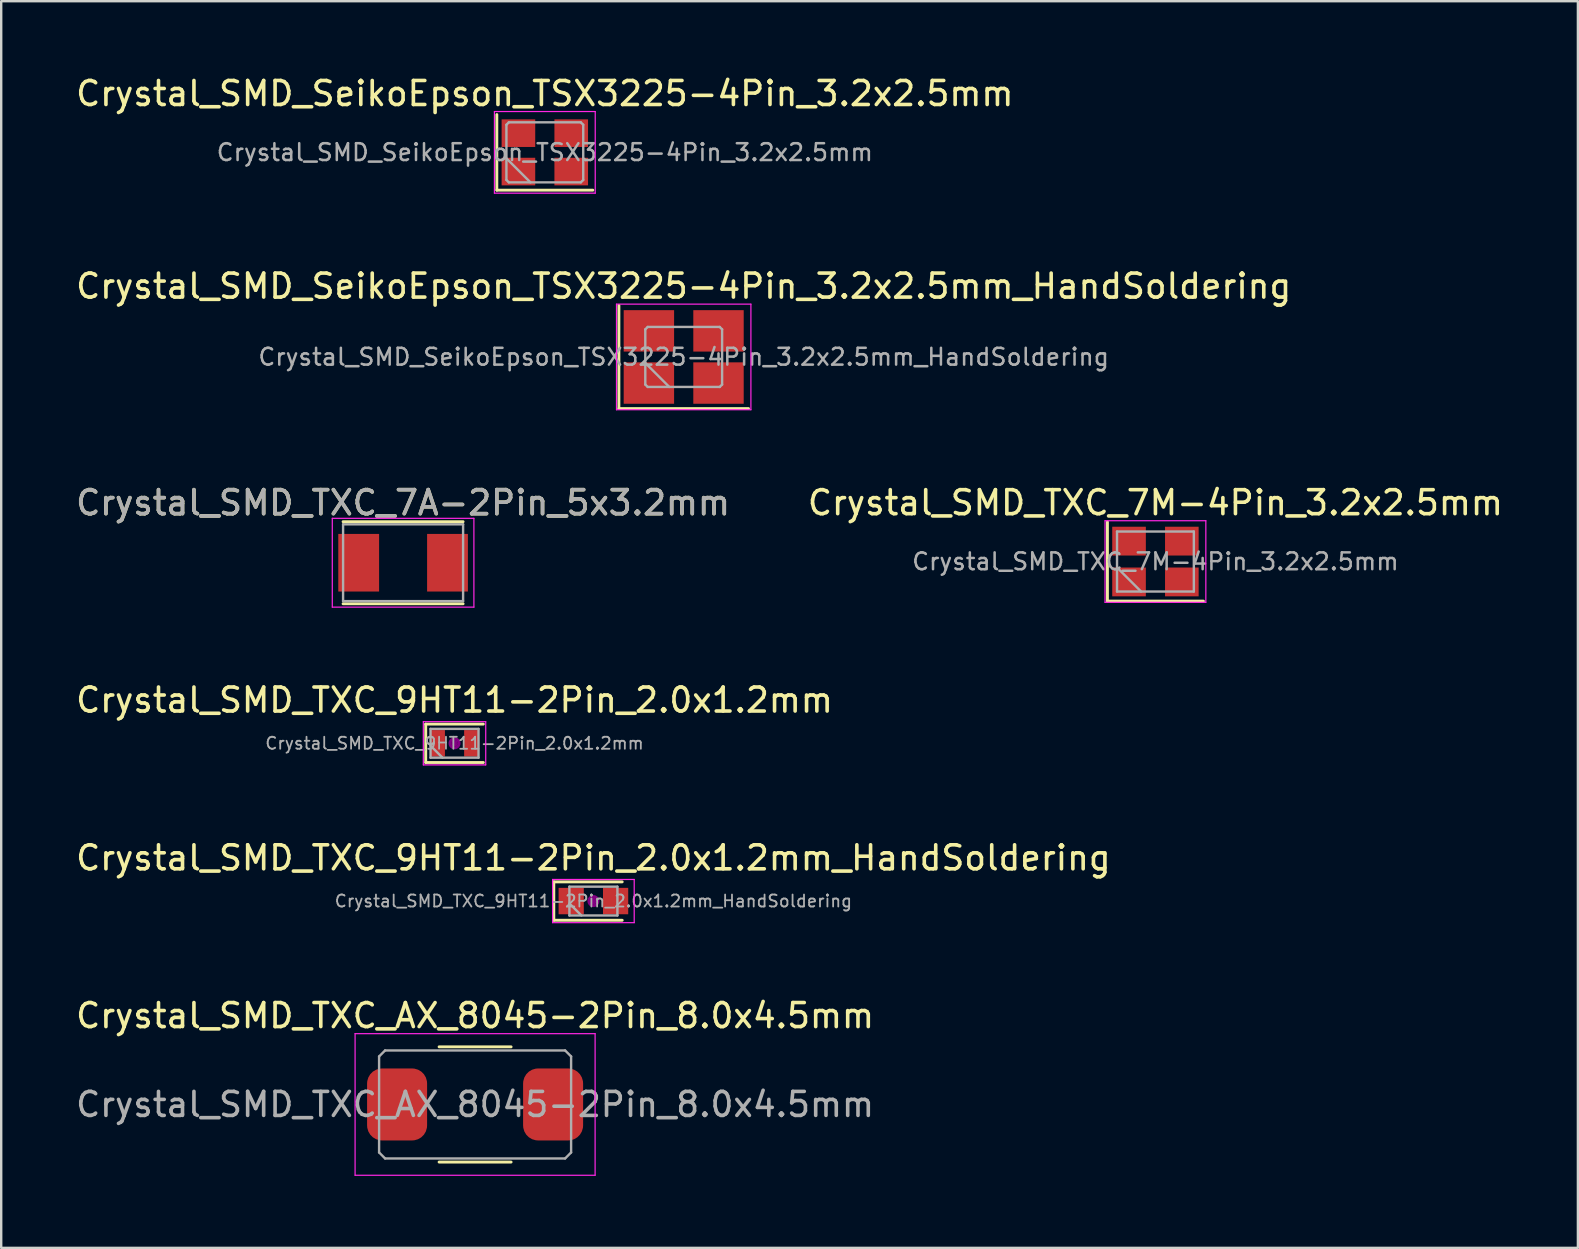
<source format=kicad_pcb>
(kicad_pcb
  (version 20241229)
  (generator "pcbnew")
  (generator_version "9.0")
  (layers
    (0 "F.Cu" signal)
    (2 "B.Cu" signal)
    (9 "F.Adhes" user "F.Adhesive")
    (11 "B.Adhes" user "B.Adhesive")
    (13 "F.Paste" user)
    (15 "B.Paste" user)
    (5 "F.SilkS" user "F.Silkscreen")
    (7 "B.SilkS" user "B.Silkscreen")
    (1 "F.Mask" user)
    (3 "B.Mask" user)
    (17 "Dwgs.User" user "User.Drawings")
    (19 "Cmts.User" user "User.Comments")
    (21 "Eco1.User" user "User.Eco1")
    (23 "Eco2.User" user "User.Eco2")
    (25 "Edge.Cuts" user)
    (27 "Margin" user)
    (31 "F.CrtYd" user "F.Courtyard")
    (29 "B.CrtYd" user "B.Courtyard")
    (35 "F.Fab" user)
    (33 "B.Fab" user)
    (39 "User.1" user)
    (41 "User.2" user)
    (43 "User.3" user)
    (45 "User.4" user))
  (footprint "Crystal_SMD_TXC_9HT11-2Pin_2.0x1.2mm"
    (layer "F.Cu")
    (at 15.887 27.918)
    (property "Reference" "Crystal_SMD_TXC_9HT11-2Pin_2.0x1.2mm" (at 0 -1.8 0) (layer "F.SilkS") (effects (font (size 1 1) (thickness 0.15))))
    (attr smd)
    (fp_line (start -1.2 -0.8) (end -1.2 0.8) (stroke (width 0.12) (type solid)) (layer "F.SilkS"))
    (fp_line (start -1.2 0.8) (end 1.2 0.8) (stroke (width 0.12) (type solid)) (layer "F.SilkS"))
    (fp_line (start 1.2 -0.8) (end -1.2 -0.8) (stroke (width 0.12) (type solid)) (layer "F.SilkS"))
    (fp_circle (center 0 0) (end 0.047 0) (stroke (width 0.093) (type solid)) (fill no) (layer "F.Adhes"))
    (fp_circle (center 0 0) (end 0.107 0) (stroke (width 0.067) (type solid)) (fill no) (layer "F.Adhes"))
    (fp_circle (center 0 0) (end 0.167 0) (stroke (width 0.067) (type solid)) (fill no) (layer "F.Adhes"))
    (fp_circle (center 0 0) (end 0.2 0) (stroke (width 0.1) (type solid)) (fill no) (layer "F.Adhes"))
    (fp_line (start -1.3 -0.9) (end -1.3 0.9) (stroke (width 0.05) (type solid)) (layer "F.CrtYd"))
    (fp_line (start -1.3 0.9) (end 1.3 0.9) (stroke (width 0.05) (type solid)) (layer "F.CrtYd"))
    (fp_line (start 1.3 -0.9) (end -1.3 -0.9) (stroke (width 0.05) (type solid)) (layer "F.CrtYd"))
    (fp_line (start 1.3 0.9) (end 1.3 -0.9) (stroke (width 0.05) (type solid)) (layer "F.CrtYd"))
    (fp_line (start -1 -0.6) (end -1 0.6) (stroke (width 0.1) (type solid)) (layer "F.Fab"))
    (fp_line (start -1 0.1) (end -0.5 0.6) (stroke (width 0.1) (type solid)) (layer "F.Fab"))
    (fp_line (start -1 0.6) (end 1 0.6) (stroke (width 0.1) (type solid)) (layer "F.Fab"))
    (fp_line (start 1 -0.6) (end -1 -0.6) (stroke (width 0.1) (type solid)) (layer "F.Fab"))
    (fp_line (start 1 0.6) (end 1 -0.6) (stroke (width 0.1) (type solid)) (layer "F.Fab"))
    (fp_text user "${REFERENCE}" (at 0 0 0) (layer "F.Fab") (effects (font (size 0.5 0.5) (thickness 0.075))))
    (pad "1" smd rect (at -0.7 0) (size 0.6 1.1) (layers "F.Cu" "F.Mask" "F.Paste"))
    (pad "2" smd rect (at 0.7 0) (size 0.6 1.1) (layers "F.Cu" "F.Mask" "F.Paste")))
  (footprint "Crystal_SMD_TXC_9HT11-2Pin_2.0x1.2mm_HandSoldering"
    (layer "F.Cu")
    (at 21.673 34.491)
    (property "Reference" "Crystal_SMD_TXC_9HT11-2Pin_2.0x1.2mm_HandSoldering" (at 0 -1.8 0) (layer "F.SilkS") (effects (font (size 1 1) (thickness 0.15))))
    (attr smd)
    (fp_line (start -1.65 -0.8) (end -1.65 0.8) (stroke (width 0.12) (type solid)) (layer "F.SilkS"))
    (fp_line (start -1.65 0.8) (end 1.2 0.8) (stroke (width 0.12) (type solid)) (layer "F.SilkS"))
    (fp_line (start 1.2 -0.8) (end -1.65 -0.8) (stroke (width 0.12) (type solid)) (layer "F.SilkS"))
    (fp_circle (center 0 0) (end 0.047 0) (stroke (width 0.093) (type solid)) (fill no) (layer "F.Adhes"))
    (fp_circle (center 0 0) (end 0.107 0) (stroke (width 0.067) (type solid)) (fill no) (layer "F.Adhes"))
    (fp_circle (center 0 0) (end 0.167 0) (stroke (width 0.067) (type solid)) (fill no) (layer "F.Adhes"))
    (fp_circle (center 0 0) (end 0.2 0) (stroke (width 0.1) (type solid)) (fill no) (layer "F.Adhes"))
    (fp_line (start -1.7 -0.9) (end -1.7 0.9) (stroke (width 0.05) (type solid)) (layer "F.CrtYd"))
    (fp_line (start -1.7 0.9) (end 1.7 0.9) (stroke (width 0.05) (type solid)) (layer "F.CrtYd"))
    (fp_line (start 1.7 -0.9) (end -1.7 -0.9) (stroke (width 0.05) (type solid)) (layer "F.CrtYd"))
    (fp_line (start 1.7 0.9) (end 1.7 -0.9) (stroke (width 0.05) (type solid)) (layer "F.CrtYd"))
    (fp_line (start -1 -0.6) (end -1 0.6) (stroke (width 0.1) (type solid)) (layer "F.Fab"))
    (fp_line (start -1 0.1) (end -0.5 0.6) (stroke (width 0.1) (type solid)) (layer "F.Fab"))
    (fp_line (start -1 0.6) (end 1 0.6) (stroke (width 0.1) (type solid)) (layer "F.Fab"))
    (fp_line (start 1 -0.6) (end -1 -0.6) (stroke (width 0.1) (type solid)) (layer "F.Fab"))
    (fp_line (start 1 0.6) (end 1 -0.6) (stroke (width 0.1) (type solid)) (layer "F.Fab"))
    (fp_text user "${REFERENCE}" (at 0 0 0) (layer "F.Fab") (effects (font (size 0.5 0.5) (thickness 0.075))))
    (pad "1" smd rect (at -0.925 0) (size 1.05 1.1) (layers "F.Cu" "F.Mask" "F.Paste"))
    (pad "2" smd rect (at 0.925 0) (size 1.05 1.1) (layers "F.Cu" "F.Mask" "F.Paste")))
  (footprint "Crystal_SMD_TXC_AX_8045-2Pin_8.0x4.5mm"
    (layer "F.Cu")
    (at 16.744 42.965)
    (property "Reference" "Crystal_SMD_TXC_AX_8045-2Pin_8.0x4.5mm" (at 0 -3.7 0) (layer "F.SilkS") (effects (font (size 1 1) (thickness 0.15))))
    (attr smd)
    (fp_line (start -1.5 2.4) (end 1.5 2.4) (stroke (width 0.12) (type solid)) (layer "F.SilkS"))
    (fp_line (start 1.5 -2.4) (end -1.5 -2.4) (stroke (width 0.12) (type solid)) (layer "F.SilkS"))
    (fp_line (start -5 -2.95) (end -5 2.95) (stroke (width 0.05) (type solid)) (layer "F.CrtYd"))
    (fp_line (start -5 2.95) (end 5 2.95) (stroke (width 0.05) (type solid)) (layer "F.CrtYd"))
    (fp_line (start 5 -2.95) (end -5 -2.95) (stroke (width 0.05) (type solid)) (layer "F.CrtYd"))
    (fp_line (start 5 2.95) (end 5 -2.95) (stroke (width 0.05) (type solid)) (layer "F.CrtYd"))
    (fp_line (start -4 -2) (end -3.75 -2.25) (stroke (width 0.1) (type solid)) (layer "F.Fab"))
    (fp_line (start -4 2) (end -4 -2) (stroke (width 0.1) (type solid)) (layer "F.Fab"))
    (fp_line (start -3.75 -2.25) (end 3.75 -2.25) (stroke (width 0.1) (type solid)) (layer "F.Fab"))
    (fp_line (start -3.75 2.25) (end -4 2) (stroke (width 0.1) (type solid)) (layer "F.Fab"))
    (fp_line (start 3.75 -2.25) (end 4 -2) (stroke (width 0.1) (type solid)) (layer "F.Fab"))
    (fp_line (start 3.75 2.25) (end -3.75 2.25) (stroke (width 0.1) (type solid)) (layer "F.Fab"))
    (fp_line (start 3.75 2.25) (end 4 2) (stroke (width 0.1) (type solid)) (layer "F.Fab"))
    (fp_line (start 4 -2) (end 4 2) (stroke (width 0.1) (type solid)) (layer "F.Fab"))
    (fp_text user "${REFERENCE}" (at 0 0 0) (layer "F.Fab") (effects (font (size 1 1) (thickness 0.15))))
    (pad "1" smd roundrect (at -3.25 0) (size 2.5 3) (layers "F.Cu" "F.Mask" "F.Paste") (roundrect_rratio 0.25))
    (pad "2" smd roundrect (at 3.25 0) (size 2.5 3) (layers "F.Cu" "F.Mask" "F.Paste") (roundrect_rratio 0.25)))
  (footprint "Crystal_SMD_SeikoEpson_TSX3225-4Pin_3.2x2.5mm"
    (layer "F.Cu")
    (at 19.649 3.298)
    (property "Reference" "Crystal_SMD_SeikoEpson_TSX3225-4Pin_3.2x2.5mm" (at 0 -2.45 0) (layer "F.SilkS") (effects (font (size 1 1) (thickness 0.15))))
    (attr smd)
    (fp_line (start -2 -1.575) (end -2 1.575) (stroke (width 0.12) (type solid)) (layer "F.SilkS"))
    (fp_line (start -2 1.575) (end 2 1.575) (stroke (width 0.12) (type solid)) (layer "F.SilkS"))
    (fp_line (start -2.1 -1.7) (end -2.1 1.7) (stroke (width 0.05) (type solid)) (layer "F.CrtYd"))
    (fp_line (start -2.1 1.7) (end 2.1 1.7) (stroke (width 0.05) (type solid)) (layer "F.CrtYd"))
    (fp_line (start 2.1 -1.7) (end -2.1 -1.7) (stroke (width 0.05) (type solid)) (layer "F.CrtYd"))
    (fp_line (start 2.1 1.7) (end 2.1 -1.7) (stroke (width 0.05) (type solid)) (layer "F.CrtYd"))
    (fp_line (start -1.6 -1.15) (end -1.5 -1.25) (stroke (width 0.1) (type solid)) (layer "F.Fab"))
    (fp_line (start -1.6 0.25) (end -0.6 1.25) (stroke (width 0.1) (type solid)) (layer "F.Fab"))
    (fp_line (start -1.6 1.15) (end -1.6 -1.15) (stroke (width 0.1) (type solid)) (layer "F.Fab"))
    (fp_line (start -1.5 -1.25) (end 1.5 -1.25) (stroke (width 0.1) (type solid)) (layer "F.Fab"))
    (fp_line (start -1.5 1.25) (end -1.6 1.15) (stroke (width 0.1) (type solid)) (layer "F.Fab"))
    (fp_line (start 1.5 -1.25) (end 1.6 -1.15) (stroke (width 0.1) (type solid)) (layer "F.Fab"))
    (fp_line (start 1.5 1.25) (end -1.5 1.25) (stroke (width 0.1) (type solid)) (layer "F.Fab"))
    (fp_line (start 1.6 -1.15) (end 1.6 1.15) (stroke (width 0.1) (type solid)) (layer "F.Fab"))
    (fp_line (start 1.6 1.15) (end 1.5 1.25) (stroke (width 0.1) (type solid)) (layer "F.Fab"))
    (fp_text user "${REFERENCE}" (at 0 0 0) (layer "F.Fab") (effects (font (size 0.7 0.7) (thickness 0.105))))
    (pad "1" smd rect (at -1.1 0.8) (size 1.4 1.15) (layers "F.Cu" "F.Mask" "F.Paste"))
    (pad "2" smd rect (at 1.1 0.8) (size 1.4 1.15) (layers "F.Cu" "F.Mask" "F.Paste"))
    (pad "3" smd rect (at 1.1 -0.8) (size 1.4 1.15) (layers "F.Cu" "F.Mask" "F.Paste"))
    (pad "4" smd rect (at -1.1 -0.8) (size 1.4 1.15) (layers "F.Cu" "F.Mask" "F.Paste")))
  (footprint "Crystal_SMD_TXC_7A-2Pin_5x3.2mm"
    (layer "F.Cu")
    (at 13.744 20.395)
    (property "Reference" "Crystal_SMD_TXC_7A-2Pin_5x3.2mm" (at 0 -2.5 0) (layer "F.SilkS") (effects (font (size 1 1) (thickness 0.15))))
    (attr smd)
    (fp_line (start -2.5 -1.71) (end 2.5 -1.71) (stroke (width 0.12) (type solid)) (layer "F.SilkS"))
    (fp_line (start -2.5 1.71) (end 2.5 1.71) (stroke (width 0.12) (type solid)) (layer "F.SilkS"))
    (fp_line (start -2.95 -1.85) (end -2.95 1.85) (stroke (width 0.05) (type solid)) (layer "F.CrtYd"))
    (fp_line (start -2.95 -1.85) (end 2.95 -1.85) (stroke (width 0.05) (type solid)) (layer "F.CrtYd"))
    (fp_line (start 2.95 -1.85) (end 2.95 1.85) (stroke (width 0.05) (type solid)) (layer "F.CrtYd"))
    (fp_line (start 2.95 1.85) (end -2.95 1.85) (stroke (width 0.05) (type solid)) (layer "F.CrtYd"))
    (fp_line (start -2.5 -1.6) (end -2.5 1.6) (stroke (width 0.1) (type solid)) (layer "F.Fab"))
    (fp_line (start -2.5 -1.6) (end 2.5 -1.6) (stroke (width 0.1) (type solid)) (layer "F.Fab"))
    (fp_line (start -2.5 1.6) (end 2.5 1.6) (stroke (width 0.1) (type solid)) (layer "F.Fab"))
    (fp_line (start 2.5 -1.6) (end 2.5 1.6) (stroke (width 0.1) (type solid)) (layer "F.Fab"))
    (fp_text user "${REFERENCE}" (at 0 -2.5 0) (layer "F.Fab") (effects (font (size 1 1) (thickness 0.15))))
    (pad "1" smd rect (at -1.85 0) (size 1.7 2.4) (layers "F.Cu" "F.Mask" "F.Paste"))
    (pad "2" smd rect (at 1.85 0) (size 1.7 2.4) (layers "F.Cu" "F.Mask" "F.Paste")))
  (footprint "Crystal_SMD_TXC_7M-4Pin_3.2x2.5mm"
    (layer "F.Cu")
    (at 45.089 20.345)
    (property "Reference" "Crystal_SMD_TXC_7M-4Pin_3.2x2.5mm" (at 0 -2.45 0) (layer "F.SilkS") (effects (font (size 1 1) (thickness 0.15))))
    (attr smd)
    (fp_line (start -2 -1.65) (end -2 1.65) (stroke (width 0.12) (type solid)) (layer "F.SilkS"))
    (fp_line (start -2 1.65) (end 2 1.65) (stroke (width 0.12) (type solid)) (layer "F.SilkS"))
    (fp_line (start -2.1 -1.7) (end -2.1 1.7) (stroke (width 0.05) (type solid)) (layer "F.CrtYd"))
    (fp_line (start -2.1 1.7) (end 2.1 1.7) (stroke (width 0.05) (type solid)) (layer "F.CrtYd"))
    (fp_line (start 2.1 -1.7) (end -2.1 -1.7) (stroke (width 0.05) (type solid)) (layer "F.CrtYd"))
    (fp_line (start 2.1 1.7) (end 2.1 -1.7) (stroke (width 0.05) (type solid)) (layer "F.CrtYd"))
    (fp_line (start -1.6 -1.25) (end -1.6 1.25) (stroke (width 0.1) (type solid)) (layer "F.Fab"))
    (fp_line (start -1.6 0.25) (end -0.6 1.25) (stroke (width 0.1) (type solid)) (layer "F.Fab"))
    (fp_line (start -1.6 1.25) (end 1.6 1.25) (stroke (width 0.1) (type solid)) (layer "F.Fab"))
    (fp_line (start 1.6 -1.25) (end -1.6 -1.25) (stroke (width 0.1) (type solid)) (layer "F.Fab"))
    (fp_line (start 1.6 1.25) (end 1.6 -1.25) (stroke (width 0.1) (type solid)) (layer "F.Fab"))
    (fp_text user "${REFERENCE}" (at 0 0 0) (layer "F.Fab") (effects (font (size 0.7 0.7) (thickness 0.105))))
    (pad "1" smd rect (at -1.1 0.85) (size 1.4 1.2) (layers "F.Cu" "F.Mask" "F.Paste"))
    (pad "2" smd rect (at 1.1 0.85) (size 1.4 1.2) (layers "F.Cu" "F.Mask" "F.Paste"))
    (pad "3" smd rect (at 1.1 -0.85) (size 1.4 1.2) (layers "F.Cu" "F.Mask" "F.Paste"))
    (pad "4" smd rect (at -1.1 -0.85) (size 1.4 1.2) (layers "F.Cu" "F.Mask" "F.Paste")))
  (footprint "Crystal_SMD_SeikoEpson_TSX3225-4Pin_3.2x2.5mm_HandSoldering"
    (layer "F.Cu")
    (at 25.435 11.822)
    (property "Reference" "Crystal_SMD_SeikoEpson_TSX3225-4Pin_3.2x2.5mm_HandSoldering" (at 0 -2.95 0) (layer "F.SilkS") (effects (font (size 1 1) (thickness 0.15))))
    (attr smd)
    (fp_line (start -2.7 -2.15) (end -2.7 2.15) (stroke (width 0.12) (type solid)) (layer "F.SilkS"))
    (fp_line (start -2.7 2.15) (end 2.7 2.15) (stroke (width 0.12) (type solid)) (layer "F.SilkS"))
    (fp_line (start -2.8 -2.2) (end -2.8 2.2) (stroke (width 0.05) (type solid)) (layer "F.CrtYd"))
    (fp_line (start -2.8 2.2) (end 2.8 2.2) (stroke (width 0.05) (type solid)) (layer "F.CrtYd"))
    (fp_line (start 2.8 -2.2) (end -2.8 -2.2) (stroke (width 0.05) (type solid)) (layer "F.CrtYd"))
    (fp_line (start 2.8 2.2) (end 2.8 -2.2) (stroke (width 0.05) (type solid)) (layer "F.CrtYd"))
    (fp_line (start -1.6 -1.15) (end -1.5 -1.25) (stroke (width 0.1) (type solid)) (layer "F.Fab"))
    (fp_line (start -1.6 0.25) (end -0.6 1.25) (stroke (width 0.1) (type solid)) (layer "F.Fab"))
    (fp_line (start -1.6 1.15) (end -1.6 -1.15) (stroke (width 0.1) (type solid)) (layer "F.Fab"))
    (fp_line (start -1.5 -1.25) (end 1.5 -1.25) (stroke (width 0.1) (type solid)) (layer "F.Fab"))
    (fp_line (start -1.5 1.25) (end -1.6 1.15) (stroke (width 0.1) (type solid)) (layer "F.Fab"))
    (fp_line (start 1.5 -1.25) (end 1.6 -1.15) (stroke (width 0.1) (type solid)) (layer "F.Fab"))
    (fp_line (start 1.5 1.25) (end -1.5 1.25) (stroke (width 0.1) (type solid)) (layer "F.Fab"))
    (fp_line (start 1.6 -1.15) (end 1.6 1.15) (stroke (width 0.1) (type solid)) (layer "F.Fab"))
    (fp_line (start 1.6 1.15) (end 1.5 1.25) (stroke (width 0.1) (type solid)) (layer "F.Fab"))
    (fp_text user "${REFERENCE}" (at 0 0 0) (layer "F.Fab") (effects (font (size 0.7 0.7) (thickness 0.105))))
    (pad "1" smd rect (at -1.45 1.087) (size 2.1 1.725) (layers "F.Cu" "F.Mask" "F.Paste"))
    (pad "2" smd rect (at 1.45 1.087) (size 2.1 1.725) (layers "F.Cu" "F.Mask" "F.Paste"))
    (pad "3" smd rect (at 1.45 -1.087) (size 2.1 1.725) (layers "F.Cu" "F.Mask" "F.Paste"))
    (pad "4" smd rect (at -1.45 -1.087) (size 2.1 1.725) (layers "F.Cu" "F.Mask" "F.Paste")))
  (gr_rect
    (start -3 -3)
    (end 62.69 48.94)
    (stroke (width 0.1) (type default))
    (fill no)
    (layer "Edge.Cuts")))
</source>
